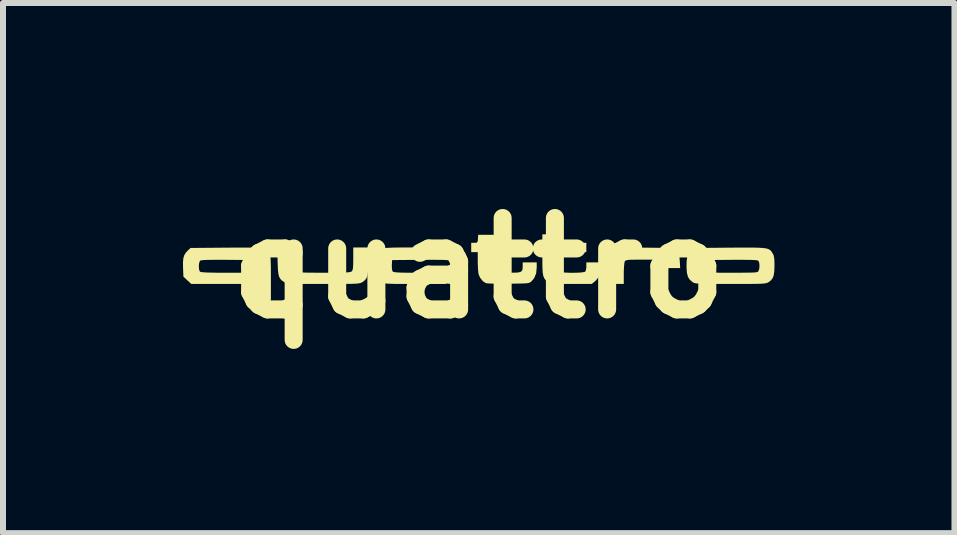
<source format=kicad_pcb>
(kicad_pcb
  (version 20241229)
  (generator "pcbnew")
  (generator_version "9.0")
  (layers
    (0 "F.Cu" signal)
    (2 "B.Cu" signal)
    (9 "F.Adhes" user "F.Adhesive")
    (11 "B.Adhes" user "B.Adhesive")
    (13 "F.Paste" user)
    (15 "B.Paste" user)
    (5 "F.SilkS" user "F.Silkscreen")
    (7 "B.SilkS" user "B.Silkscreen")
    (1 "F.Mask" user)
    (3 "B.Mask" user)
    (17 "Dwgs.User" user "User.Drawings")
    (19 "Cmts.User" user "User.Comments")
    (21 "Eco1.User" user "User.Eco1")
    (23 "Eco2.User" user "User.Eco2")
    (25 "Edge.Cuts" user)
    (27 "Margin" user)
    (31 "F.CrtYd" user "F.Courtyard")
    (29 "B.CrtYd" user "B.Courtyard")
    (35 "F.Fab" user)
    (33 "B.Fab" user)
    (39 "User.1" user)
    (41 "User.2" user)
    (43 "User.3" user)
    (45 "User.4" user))
  (footprint "quattro"
    (layer "F.Cu")
    (at 4.929 1.418)
    (property "Reference" "quattro" (at 0 0 0) (layer "F.SilkS") (effects (font (size 1.524 1.524) (thickness 0.3))))
    (attr board_only exclude_from_pos_files exclude_from_bom)
    (fp_poly (pts (xy 2.651 -0.341) (xy 2.773 -0.34) (xy 3.229 -0.335) (xy 3.287 -0.277) (xy 3.318 -0.244) (xy 3.337 -0.214) (xy 3.346 -0.177) (xy 3.351 -0.122) (xy 3.352 -0.109) (xy 3.358 0) (xy 3.105 0) (xy 3.105 -0.051) (xy 3.099 -0.093) (xy 3.086 -0.121) (xy 3.086 -0.122) (xy 3.067 -0.129) (xy 3.026 -0.134) (xy 2.96 -0.138) (xy 2.867 -0.14) (xy 2.759 -0.14) (xy 2.653 -0.14) (xy 2.574 -0.139) (xy 2.518 -0.138) (xy 2.481 -0.134) (xy 2.457 -0.129) (xy 2.444 -0.122) (xy 2.436 -0.112) (xy 2.434 -0.11) (xy 2.428 -0.083) (xy 2.423 -0.032) (xy 2.419 0.034) (xy 2.418 0.093) (xy 2.418 0.265) (xy 2.153 0.265) (xy 2.153 0.059) (xy 2.156 -0.055) (xy 2.165 -0.142) (xy 2.18 -0.208) (xy 2.205 -0.257) (xy 2.239 -0.294) (xy 2.265 -0.312) (xy 2.281 -0.321) (xy 2.299 -0.328) (xy 2.323 -0.334) (xy 2.355 -0.338) (xy 2.401 -0.34) (xy 2.463 -0.341) (xy 2.545 -0.341)) (stroke (width 0) (type solid)) (fill yes) (layer "F.SilkS"))
    (fp_poly (pts (xy 1.326 -0.421) (xy 1.794 -0.421) (xy 1.794 -0.265) (xy 1.326 -0.265) (xy 1.326 -0.112) (xy 1.328 -0.029) (xy 1.334 0.029) (xy 1.344 0.058) (xy 1.345 0.059) (xy 1.369 0.068) (xy 1.416 0.074) (xy 1.479 0.077) (xy 1.551 0.079) (xy 1.624 0.078) (xy 1.69 0.075) (xy 1.742 0.069) (xy 1.772 0.062) (xy 1.776 0.059) (xy 1.787 0.033) (xy 1.794 -0.011) (xy 1.794 -0.027) (xy 1.794 -0.094) (xy 2.028 -0.094) (xy 2.028 0.001) (xy 2.021 0.087) (xy 1.996 0.154) (xy 1.95 0.21) (xy 1.934 0.224) (xy 1.885 0.265) (xy 1.547 0.265) (xy 1.435 0.265) (xy 1.349 0.264) (xy 1.285 0.262) (xy 1.239 0.259) (xy 1.207 0.254) (xy 1.183 0.247) (xy 1.164 0.237) (xy 1.159 0.235) (xy 1.121 0.207) (xy 1.094 0.173) (xy 1.076 0.129) (xy 1.066 0.068) (xy 1.062 -0.015) (xy 1.061 -0.077) (xy 1.061 -0.265) (xy 0.936 -0.265) (xy 0.936 -0.421) (xy 1.061 -0.421) (xy 1.061 -0.562) (xy 1.326 -0.562)) (stroke (width 0) (type solid)) (fill yes) (layer "F.SilkS"))
    (fp_poly (pts (xy 0.262 -0.488) (xy 0.267 -0.421) (xy 0.733 -0.421) (xy 0.733 -0.265) (xy 0.265 -0.265) (xy 0.265 -0.112) (xy 0.267 -0.029) (xy 0.273 0.029) (xy 0.283 0.058) (xy 0.284 0.059) (xy 0.309 0.069) (xy 0.364 0.075) (xy 0.449 0.078) (xy 0.502 0.078) (xy 0.591 0.077) (xy 0.654 0.074) (xy 0.695 0.065) (xy 0.719 0.048) (xy 0.73 0.022) (xy 0.733 -0.017) (xy 0.733 -0.038) (xy 0.733 -0.094) (xy 0.967 -0.094) (xy 0.967 -0.007) (xy 0.957 0.09) (xy 0.925 0.168) (xy 0.882 0.218) (xy 0.868 0.231) (xy 0.853 0.241) (xy 0.833 0.248) (xy 0.804 0.253) (xy 0.762 0.256) (xy 0.702 0.258) (xy 0.62 0.259) (xy 0.511 0.261) (xy 0.494 0.261) (xy 0.392 0.261) (xy 0.298 0.26) (xy 0.219 0.259) (xy 0.159 0.256) (xy 0.124 0.252) (xy 0.117 0.251) (xy 0.067 0.216) (xy 0.024 0.162) (xy -0.000372 0.108) (xy -0.007 0.069) (xy -0.012 0.01) (xy -0.015 -0.062) (xy -0.016 -0.105) (xy -0.016 -0.265) (xy -0.125 -0.265) (xy -0.125 -0.421) (xy -0.071 -0.421) (xy -0.037 -0.423) (xy -0.021 -0.435) (xy -0.014 -0.465) (xy -0.013 -0.488) (xy -0.008 -0.554) (xy 0.257 -0.554)) (stroke (width 0) (type solid)) (fill yes) (layer "F.SilkS"))
    (fp_poly (pts (xy -3.813 -0.341) (xy -3.728 -0.339) (xy -3.662 -0.335) (xy -3.612 -0.329) (xy -3.575 -0.32) (xy -3.549 -0.308) (xy -3.529 -0.293) (xy -3.513 -0.274) (xy -3.498 -0.25) (xy -3.494 -0.245) (xy -3.485 -0.227) (xy -3.477 -0.206) (xy -3.472 -0.177) (xy -3.468 -0.137) (xy -3.466 -0.082) (xy -3.464 -0.006) (xy -3.464 0.094) (xy -3.464 0.176) (xy -3.464 0.546) (xy -3.589 0.546) (xy -3.662 0.544) (xy -3.705 0.537) (xy -3.721 0.527) (xy -3.724 0.506) (xy -3.726 0.459) (xy -3.729 0.39) (xy -3.731 0.306) (xy -3.732 0.21) (xy -3.733 0.187) (xy -3.737 -0.133) (xy -4.179 -0.137) (xy -4.325 -0.138) (xy -4.441 -0.137) (xy -4.529 -0.136) (xy -4.591 -0.133) (xy -4.629 -0.128) (xy -4.644 -0.123) (xy -4.657 -0.096) (xy -4.664 -0.051) (xy -4.664 -0.001) (xy -4.656 0.041) (xy -4.646 0.059) (xy -4.63 0.066) (xy -4.593 0.07) (xy -4.534 0.074) (xy -4.451 0.076) (xy -4.34 0.078) (xy -4.225 0.078) (xy -3.822 0.078) (xy -3.822 0.265) (xy -4.791 0.265) (xy -4.857 0.204) (xy -4.922 0.143) (xy -4.928 -0.008) (xy -4.929 -0.097) (xy -4.923 -0.164) (xy -4.908 -0.214) (xy -4.882 -0.256) (xy -4.85 -0.291) (xy -4.803 -0.335) (xy -4.212 -0.34) (xy -4.052 -0.341) (xy -3.919 -0.341)) (stroke (width 0) (type solid)) (fill yes) (layer "F.SilkS"))
    (fp_poly (pts (xy -3.089 -0.151) (xy -3.088 -0.053) (xy -3.083 0.016) (xy -3.074 0.053) (xy -3.07 0.059) (xy -3.055 0.065) (xy -3.02 0.07) (xy -2.964 0.073) (xy -2.884 0.076) (xy -2.777 0.077) (xy -2.643 0.078) (xy -2.596 0.078) (xy -2.462 0.078) (xy -2.356 0.077) (xy -2.275 0.076) (xy -2.214 0.074) (xy -2.171 0.07) (xy -2.143 0.066) (xy -2.125 0.06) (xy -2.115 0.053) (xy -2.104 0.036) (xy -2.097 0.007) (xy -2.093 -0.041) (xy -2.091 -0.111) (xy -2.091 -0.157) (xy -2.091 -0.343) (xy -1.841 -0.343) (xy -1.841 -0.116) (xy -1.842 -0.011) (xy -1.847 0.068) (xy -1.856 0.126) (xy -1.871 0.169) (xy -1.894 0.2) (xy -1.926 0.226) (xy -1.939 0.235) (xy -1.953 0.242) (xy -1.97 0.249) (xy -1.992 0.254) (xy -2.023 0.258) (xy -2.066 0.261) (xy -2.124 0.263) (xy -2.2 0.264) (xy -2.297 0.265) (xy -2.419 0.265) (xy -2.569 0.265) (xy -2.59 0.265) (xy -2.743 0.265) (xy -2.868 0.265) (xy -2.969 0.264) (xy -3.047 0.263) (xy -3.107 0.261) (xy -3.152 0.258) (xy -3.184 0.254) (xy -3.207 0.249) (xy -3.225 0.243) (xy -3.239 0.236) (xy -3.24 0.235) (xy -3.278 0.209) (xy -3.306 0.181) (xy -3.326 0.146) (xy -3.338 0.099) (xy -3.346 0.033) (xy -3.35 -0.055) (xy -3.352 -0.112) (xy -3.357 -0.343) (xy -3.089 -0.343)) (stroke (width 0) (type solid)) (fill yes) (layer "F.SilkS"))
    (fp_poly (pts (xy -0.804 -0.343) (xy -0.677 -0.343) (xy -0.575 -0.342) (xy -0.495 -0.341) (xy -0.433 -0.339) (xy -0.387 -0.336) (xy -0.353 -0.332) (xy -0.329 -0.327) (xy -0.311 -0.321) (xy -0.297 -0.315) (xy -0.258 -0.289) (xy -0.229 -0.258) (xy -0.209 -0.217) (xy -0.196 -0.16) (xy -0.19 -0.083) (xy -0.187 0.019) (xy -0.187 0.043) (xy -0.187 0.265) (xy -0.452 0.265) (xy -0.452 0.08) (xy -0.454 -0.007) (xy -0.457 -0.067) (xy -0.463 -0.104) (xy -0.473 -0.122) (xy -0.474 -0.123) (xy -0.492 -0.129) (xy -0.532 -0.133) (xy -0.597 -0.136) (xy -0.688 -0.137) (xy -0.806 -0.138) (xy -0.953 -0.137) (xy -0.969 -0.137) (xy -1.443 -0.133) (xy -1.448 -0.049) (xy -1.447 0.005) (xy -1.44 0.045) (xy -1.434 0.056) (xy -1.424 0.063) (xy -1.402 0.068) (xy -1.367 0.072) (xy -1.314 0.075) (xy -1.241 0.077) (xy -1.144 0.078) (xy -1.02 0.078) (xy -0.981 0.078) (xy -0.546 0.078) (xy -0.546 0.265) (xy -1.057 0.265) (xy -1.198 0.265) (xy -1.31 0.265) (xy -1.399 0.264) (xy -1.466 0.262) (xy -1.517 0.26) (xy -1.553 0.256) (xy -1.579 0.251) (xy -1.599 0.245) (xy -1.614 0.237) (xy -1.618 0.235) (xy -1.665 0.198) (xy -1.697 0.151) (xy -1.715 0.088) (xy -1.723 0.003) (xy -1.724 -0.039) (xy -1.72 -0.134) (xy -1.706 -0.206) (xy -1.679 -0.258) (xy -1.639 -0.299) (xy -1.618 -0.313) (xy -1.604 -0.32) (xy -1.587 -0.327) (xy -1.565 -0.332) (xy -1.535 -0.336) (xy -1.492 -0.338) (xy -1.434 -0.341) (xy -1.359 -0.342) (xy -1.262 -0.343) (xy -1.141 -0.343) (xy -0.993 -0.343) (xy -0.959 -0.343)) (stroke (width 0) (type solid)) (fill yes) (layer "F.SilkS"))
    (fp_poly (pts (xy 4.581 -0.341) (xy 4.666 -0.339) (xy 4.732 -0.335) (xy 4.782 -0.329) (xy 4.819 -0.32) (xy 4.845 -0.308) (xy 4.865 -0.293) (xy 4.881 -0.274) (xy 4.896 -0.25) (xy 4.9 -0.245) (xy 4.915 -0.214) (xy 4.924 -0.176) (xy 4.929 -0.124) (xy 4.93 -0.048) (xy 4.93 -0.042) (xy 4.927 0.052) (xy 4.917 0.121) (xy 4.898 0.171) (xy 4.867 0.209) (xy 4.832 0.235) (xy 4.818 0.243) (xy 4.801 0.249) (xy 4.778 0.254) (xy 4.747 0.258) (xy 4.704 0.261) (xy 4.645 0.263) (xy 4.568 0.264) (xy 4.469 0.265) (xy 4.345 0.265) (xy 4.197 0.265) (xy 4.046 0.265) (xy 3.923 0.265) (xy 3.825 0.264) (xy 3.748 0.263) (xy 3.69 0.261) (xy 3.648 0.258) (xy 3.617 0.254) (xy 3.595 0.249) (xy 3.579 0.243) (xy 3.566 0.235) (xy 3.565 0.234) (xy 3.519 0.195) (xy 3.488 0.147) (xy 3.471 0.081) (xy 3.464 -0.006) (xy 3.464 -0.036) (xy 3.464 -0.049) (xy 3.732 -0.049) (xy 3.732 0.005) (xy 3.74 0.045) (xy 3.746 0.056) (xy 3.756 0.063) (xy 3.777 0.068) (xy 3.812 0.072) (xy 3.865 0.075) (xy 3.938 0.076) (xy 4.034 0.078) (xy 4.158 0.078) (xy 4.206 0.078) (xy 4.335 0.078) (xy 4.437 0.077) (xy 4.514 0.076) (xy 4.571 0.075) (xy 4.61 0.072) (xy 4.636 0.068) (xy 4.651 0.062) (xy 4.66 0.055) (xy 4.664 0.048) (xy 4.677 0.007) (xy 4.68 -0.043) (xy 4.675 -0.09) (xy 4.661 -0.121) (xy 4.659 -0.123) (xy 4.641 -0.129) (xy 4.6 -0.133) (xy 4.534 -0.136) (xy 4.442 -0.137) (xy 4.323 -0.138) (xy 4.187 -0.137) (xy 3.737 -0.133) (xy 3.732 -0.049) (xy 3.464 -0.049) (xy 3.466 -0.122) (xy 3.477 -0.185) (xy 3.497 -0.234) (xy 3.53 -0.277) (xy 3.549 -0.296) (xy 3.591 -0.335) (xy 4.182 -0.34) (xy 4.343 -0.341) (xy 4.475 -0.341)) (stroke (width 0) (type solid)) (fill yes) (layer "F.SilkS")))
  (gr_rect
    (start -3 -3)
    (end 12.859 5.836)
    (stroke (width 0.1) (type default))
    (fill no)
    (layer "Edge.Cuts")))
</source>
